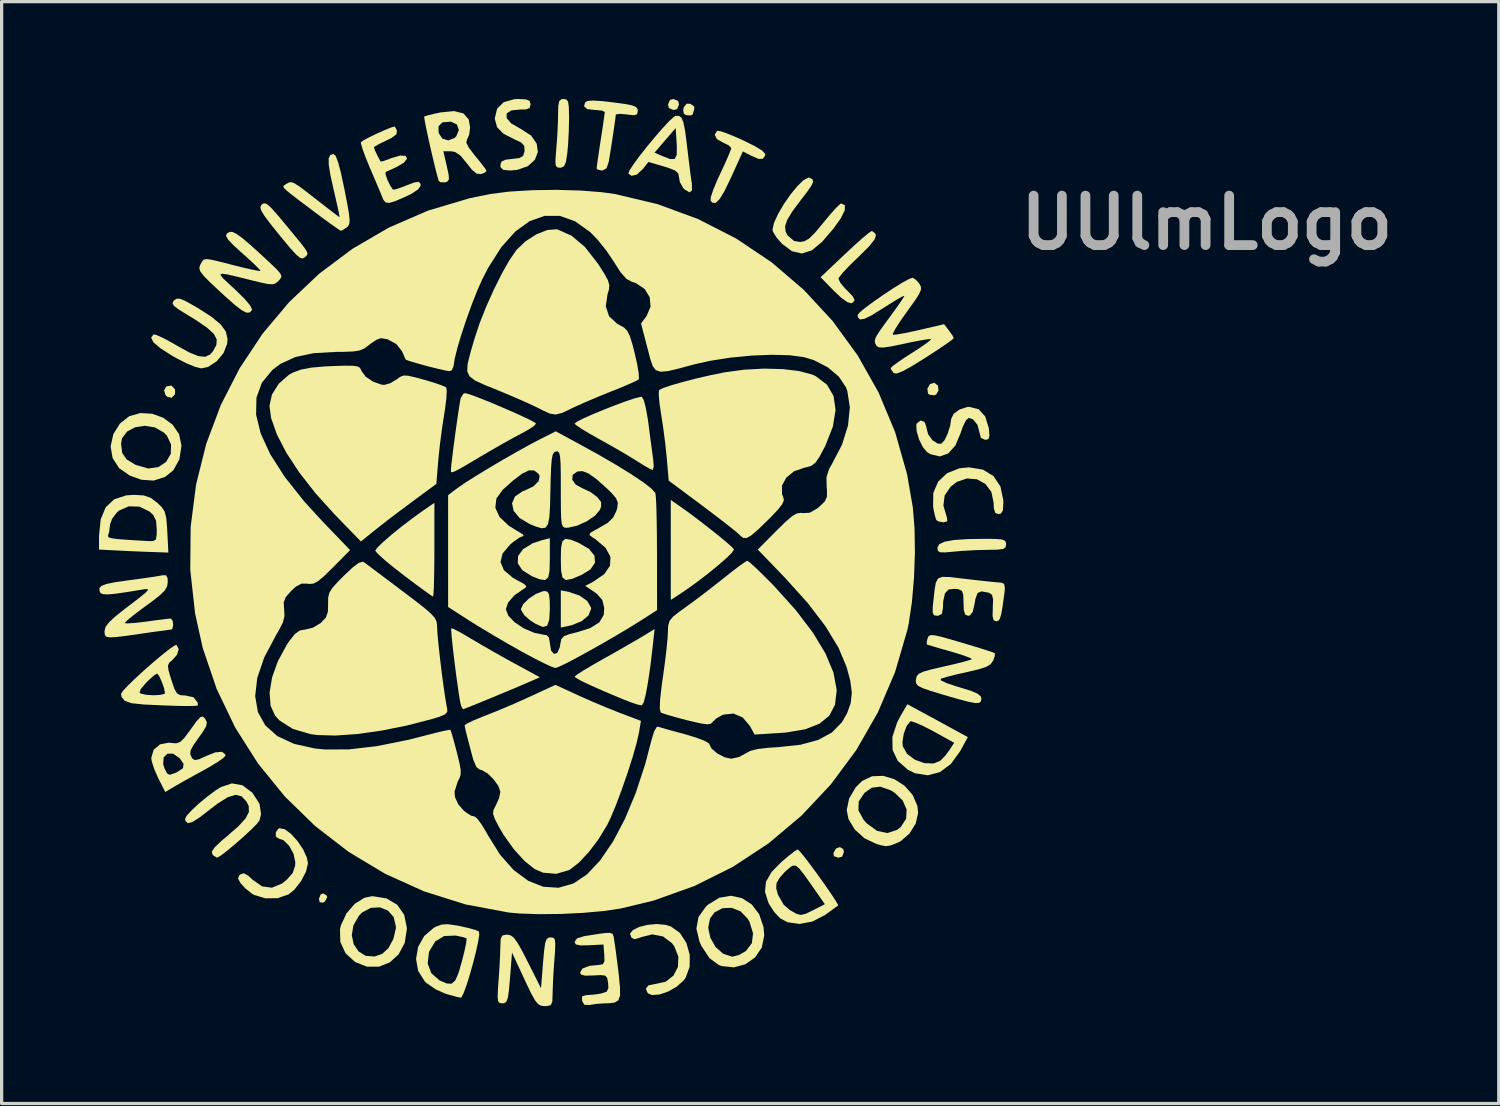
<source format=kicad_pcb>
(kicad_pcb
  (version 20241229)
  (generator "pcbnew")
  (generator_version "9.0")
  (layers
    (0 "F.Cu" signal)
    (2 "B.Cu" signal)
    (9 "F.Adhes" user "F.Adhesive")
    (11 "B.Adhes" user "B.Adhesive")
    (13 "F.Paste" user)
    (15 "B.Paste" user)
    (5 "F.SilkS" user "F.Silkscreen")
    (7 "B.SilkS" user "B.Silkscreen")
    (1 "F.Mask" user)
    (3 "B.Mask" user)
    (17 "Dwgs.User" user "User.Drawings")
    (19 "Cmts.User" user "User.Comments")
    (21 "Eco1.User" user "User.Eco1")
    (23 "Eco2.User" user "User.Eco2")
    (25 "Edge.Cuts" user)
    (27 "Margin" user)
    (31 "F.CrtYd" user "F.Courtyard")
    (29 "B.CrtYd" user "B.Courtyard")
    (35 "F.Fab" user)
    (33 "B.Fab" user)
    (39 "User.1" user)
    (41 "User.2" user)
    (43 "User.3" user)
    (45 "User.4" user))
  (footprint "UUlmLogo"
    (layer "F.Cu")
    (at 14.817 13.97)
    (property "Reference" "UUlmLogo" (at 19.304 -10.16 0) (layer "F.Fab") (effects (font (size 1.524 1.524) (thickness 0.3))))
    (attr board_only exclude_from_pos_files exclude_from_bom)
    (fp_poly (pts (xy -7.804 10.562) (xy -7.789 10.617) (xy -7.858 10.747) (xy -7.916 10.783) (xy -8.021 10.77) (xy -8.043 10.665) (xy -7.99 10.53) (xy -7.916 10.499)) (stroke (width 0) (type solid)) (fill yes) (layer "F.SilkS"))
    (fp_poly (pts (xy 3.02 -13.91) (xy 3.048 -13.801) (xy 2.988 -13.659) (xy 2.879 -13.631) (xy 2.737 -13.691) (xy 2.709 -13.801) (xy 2.769 -13.942) (xy 2.879 -13.97)) (stroke (width 0) (type solid)) (fill yes) (layer "F.SilkS"))
    (fp_poly (pts (xy 8.106 9.132) (xy 8.128 9.222) (xy 8.072 9.367) (xy 7.952 9.398) (xy 7.818 9.352) (xy 7.805 9.251) (xy 7.884 9.114) (xy 8.006 9.072)) (stroke (width 0) (type solid)) (fill yes) (layer "F.SilkS"))
    (fp_poly (pts (xy 11.022 -5.144) (xy 11.042 -4.996) (xy 10.971 -4.871) (xy 10.909 -4.844) (xy 10.761 -4.862) (xy 10.718 -4.898) (xy 10.698 -5.051) (xy 10.777 -5.188) (xy 10.911 -5.231)) (stroke (width 0) (type solid)) (fill yes) (layer "F.SilkS"))
    (fp_poly (pts (xy -12.575 -5.135) (xy -12.475 -5.025) (xy -12.477 -4.873) (xy -12.58 -4.767) (xy -12.581 -4.767) (xy -12.709 -4.796) (xy -12.767 -4.847) (xy -12.814 -4.998) (xy -12.744 -5.117) (xy -12.599 -5.143)) (stroke (width 0) (type solid)) (fill yes) (layer "F.SilkS"))
    (fp_poly (pts (xy -0.339 1.215) (xy -0.015 1.324) (xy 0.222 1.492) (xy 0.334 1.689) (xy 0.339 1.736) (xy 0.26 1.936) (xy 0.049 2.113) (xy -0.259 2.238) (xy -0.339 2.256) (xy -0.593 2.307) (xy -0.593 1.164)) (stroke (width 0) (type solid)) (fill yes) (layer "F.SilkS"))
    (fp_poly (pts (xy 3.399 -13.822) (xy 3.519 -13.737) (xy 3.518 -13.656) (xy 3.476 -13.526) (xy 3.471 -13.497) (xy 3.407 -13.464) (xy 3.28 -13.473) (xy 3.198 -13.509) (xy 3.177 -13.62) (xy 3.192 -13.711) (xy 3.283 -13.826)) (stroke (width 0) (type solid)) (fill yes) (layer "F.SilkS"))
    (fp_poly (pts (xy -0.931 0.202) (xy -0.94 0.558) (xy -0.98 0.766) (xy -1.075 0.847) (xy -1.246 0.823) (xy -1.482 0.729) (xy -1.778 0.544) (xy -1.919 0.329) (xy -1.909 0.106) (xy -1.755 -0.106) (xy -1.463 -0.285) (xy -1.164 -0.384) (xy -0.931 -0.442)) (stroke (width 0) (type solid)) (fill yes) (layer "F.SilkS"))
    (fp_poly (pts (xy -0.29 -0.397) (xy -0.061 -0.308) (xy 0.27 -0.118) (xy 0.444 0.095) (xy 0.46 0.314) (xy 0.316 0.522) (xy 0.055 0.683) (xy -0.248 0.811) (xy -0.439 0.846) (xy -0.542 0.769) (xy -0.584 0.561) (xy -0.593 0.212) (xy -0.585 -0.139) (xy -0.547 -0.342) (xy -0.456 -0.421)) (stroke (width 0) (type solid)) (fill yes) (layer "F.SilkS"))
    (fp_poly (pts (xy -1.003 1.206) (xy -0.955 1.293) (xy -0.935 1.483) (xy -0.931 1.736) (xy -0.949 2.073) (xy -1.015 2.255) (xy -1.148 2.292) (xy -1.367 2.197) (xy -1.533 2.092) (xy -1.718 1.93) (xy -1.815 1.77) (xy -1.82 1.736) (xy -1.75 1.586) (xy -1.577 1.417) (xy -1.357 1.272) (xy -1.144 1.191) (xy -1.088 1.185)) (stroke (width 0) (type solid)) (fill yes) (layer "F.SilkS"))
    (fp_poly (pts (xy 3.069 -1.43) (xy 3.347 -1.231) (xy 3.66 -0.996) (xy 3.979 -0.749) (xy 4.276 -0.512) (xy 4.521 -0.309) (xy 4.685 -0.162) (xy 4.741 -0.096) (xy 4.677 0.004) (xy 4.5 0.178) (xy 4.24 0.404) (xy 3.924 0.66) (xy 3.579 0.924) (xy 3.232 1.172) (xy 3.027 1.308) (xy 2.794 1.459) (xy 2.794 -1.62)) (stroke (width 0) (type solid)) (fill yes) (layer "F.SilkS"))
    (fp_poly (pts (xy 12.792 -0.42) (xy 12.991 -0.403) (xy 13.089 -0.364) (xy 13.121 -0.295) (xy 13.123 -0.254) (xy 13.106 -0.162) (xy 13.028 -0.11) (xy 12.852 -0.089) (xy 12.585 -0.085) (xy 12.184 -0.075) (xy 11.75 -0.05) (xy 11.527 -0.03) (xy 11.241 -0.005) (xy 11.085 -0.01) (xy 11.02 -0.055) (xy 11.007 -0.146) (xy 11.059 -0.255) (xy 11.226 -0.335) (xy 11.521 -0.387) (xy 11.958 -0.416) (xy 12.458 -0.423)) (stroke (width 0) (type solid)) (fill yes) (layer "F.SilkS"))
    (fp_poly (pts (xy -4.487 -0.089) (xy -4.49 0.384) (xy -4.496 0.792) (xy -4.506 1.108) (xy -4.518 1.303) (xy -4.528 1.355) (xy -4.608 1.306) (xy -4.794 1.174) (xy -5.062 0.977) (xy -5.385 0.735) (xy -5.439 0.694) (xy -5.765 0.44) (xy -6.035 0.215) (xy -6.224 0.044) (xy -6.306 -0.053) (xy -6.308 -0.059) (xy -6.244 -0.153) (xy -6.07 -0.322) (xy -5.814 -0.544) (xy -5.505 -0.796) (xy -5.168 -1.053) (xy -4.847 -1.284) (xy -4.487 -1.532)) (stroke (width 0) (type solid)) (fill yes) (layer "F.SilkS"))
    (fp_poly (pts (xy 2.237 2.892) (xy 2.166 3.492) (xy 2.093 3.99) (xy 2.024 4.369) (xy 1.96 4.613) (xy 1.905 4.705) (xy 1.788 4.686) (xy 1.566 4.614) (xy 1.312 4.515) (xy 0.739 4.273) (xy 0.3 4.078) (xy 0.001 3.934) (xy -0.149 3.843) (xy -0.167 3.82) (xy -0.096 3.76) (xy 0.094 3.638) (xy 0.374 3.471) (xy 0.701 3.284) (xy 1.087 3.067) (xy 1.458 2.855) (xy 1.766 2.677) (xy 1.931 2.578) (xy 2.296 2.355)) (stroke (width 0) (type solid)) (fill yes) (layer "F.SilkS"))
    (fp_poly (pts (xy -0.42 -13.955) (xy -0.369 -13.885) (xy -0.346 -13.724) (xy -0.339 -13.438) (xy -0.339 -13.356) (xy -0.348 -12.968) (xy -0.369 -12.573) (xy -0.394 -12.298) (xy -0.436 -12.033) (xy -0.494 -11.898) (xy -0.586 -11.855) (xy -0.617 -11.853) (xy -0.705 -11.866) (xy -0.75 -11.928) (xy -0.759 -12.078) (xy -0.739 -12.35) (xy -0.733 -12.425) (xy -0.703 -12.818) (xy -0.683 -13.232) (xy -0.678 -13.483) (xy -0.671 -13.76) (xy -0.641 -13.906) (xy -0.576 -13.963) (xy -0.508 -13.97)) (stroke (width 0) (type solid)) (fill yes) (layer "F.SilkS"))
    (fp_poly (pts (xy -9.651 -10.737) (xy -9.525 -10.629) (xy -9.336 -10.419) (xy -9.138 -10.184) (xy -8.831 -9.812) (xy -8.616 -9.55) (xy -8.481 -9.375) (xy -8.412 -9.265) (xy -8.396 -9.199) (xy -8.419 -9.153) (xy -8.468 -9.106) (xy -8.478 -9.096) (xy -8.542 -9.058) (xy -8.622 -9.078) (xy -8.74 -9.174) (xy -8.915 -9.364) (xy -9.167 -9.665) (xy -9.265 -9.785) (xy -9.542 -10.13) (xy -9.722 -10.371) (xy -9.819 -10.531) (xy -9.847 -10.635) (xy -9.819 -10.705) (xy -9.805 -10.72) (xy -9.737 -10.761)) (stroke (width 0) (type solid)) (fill yes) (layer "F.SilkS"))
    (fp_poly (pts (xy 9.081 -9.839) (xy 9.114 -9.778) (xy 9.075 -9.648) (xy 8.897 -9.425) (xy 8.581 -9.112) (xy 8.561 -9.093) (xy 8.302 -8.843) (xy 8.099 -8.628) (xy 7.979 -8.478) (xy 7.959 -8.432) (xy 8.015 -8.313) (xy 8.157 -8.141) (xy 8.213 -8.086) (xy 8.397 -7.894) (xy 8.457 -7.776) (xy 8.403 -7.702) (xy 8.351 -7.678) (xy 8.234 -7.713) (xy 8.042 -7.851) (xy 7.822 -8.058) (xy 7.408 -8.481) (xy 8.16 -9.194) (xy 8.455 -9.468) (xy 8.708 -9.693) (xy 8.895 -9.847) (xy 8.986 -9.906) (xy 8.988 -9.906)) (stroke (width 0) (type solid)) (fill yes) (layer "F.SilkS"))
    (fp_poly (pts (xy -3.886 2.356) (xy -3.699 2.454) (xy -3.443 2.602) (xy -3.387 2.636) (xy -3.063 2.828) (xy -2.657 3.061) (xy -2.233 3.299) (xy -2.038 3.406) (xy -1.239 3.841) (xy -1.615 4.005) (xy -1.848 4.105) (xy -2.156 4.235) (xy -2.503 4.38) (xy -2.854 4.525) (xy -3.174 4.656) (xy -3.427 4.758) (xy -3.577 4.817) (xy -3.603 4.826) (xy -3.646 4.761) (xy -3.668 4.708) (xy -3.697 4.58) (xy -3.737 4.331) (xy -3.785 3.998) (xy -3.836 3.62) (xy -3.884 3.232) (xy -3.926 2.872) (xy -3.956 2.577) (xy -3.97 2.385) (xy -3.967 2.33)) (stroke (width 0) (type solid)) (fill yes) (layer "F.SilkS"))
    (fp_poly (pts (xy 1.961 -4.697) (xy 2.025 -4.459) (xy 2.086 -4.116) (xy 2.107 -3.966) (xy 2.157 -3.576) (xy 2.206 -3.211) (xy 2.244 -2.932) (xy 2.254 -2.857) (xy 2.268 -2.656) (xy 2.243 -2.55) (xy 2.23 -2.545) (xy 2.124 -2.592) (xy 1.93 -2.705) (xy 1.778 -2.802) (xy 1.535 -2.953) (xy 1.198 -3.152) (xy 0.82 -3.367) (xy 0.614 -3.481) (xy 0.292 -3.663) (xy 0.034 -3.819) (xy -0.129 -3.93) (xy -0.169 -3.973) (xy -0.095 -4.031) (xy 0.102 -4.132) (xy 0.387 -4.259) (xy 0.723 -4.398) (xy 1.075 -4.536) (xy 1.405 -4.658) (xy 1.677 -4.749) (xy 1.856 -4.796) (xy 1.902 -4.797)) (stroke (width 0) (type solid)) (fill yes) (layer "F.SilkS"))
    (fp_poly (pts (xy -3.42 -4.879) (xy -3.186 -4.795) (xy -2.876 -4.673) (xy -2.525 -4.527) (xy -2.168 -4.373) (xy -1.838 -4.226) (xy -1.57 -4.099) (xy -1.399 -4.008) (xy -1.355 -3.972) (xy -1.424 -3.896) (xy -1.604 -3.778) (xy -1.788 -3.678) (xy -2.043 -3.542) (xy -2.391 -3.348) (xy -2.782 -3.124) (xy -3.066 -2.957) (xy -3.443 -2.733) (xy -3.699 -2.585) (xy -3.857 -2.502) (xy -3.941 -2.472) (xy -3.974 -2.485) (xy -3.979 -2.53) (xy -3.979 -2.536) (xy -3.968 -2.676) (xy -3.937 -2.94) (xy -3.894 -3.285) (xy -3.842 -3.67) (xy -3.789 -4.052) (xy -3.739 -4.389) (xy -3.699 -4.641) (xy -3.675 -4.763) (xy -3.596 -4.888) (xy -3.544 -4.911)) (stroke (width 0) (type solid)) (fill yes) (layer "F.SilkS"))
    (fp_poly (pts (xy 2.629 11.466) (xy 2.792 11.514) (xy 3.075 11.715) (xy 3.274 12.022) (xy 3.378 12.387) (xy 3.375 12.761) (xy 3.251 13.096) (xy 3.203 13.165) (xy 2.992 13.361) (xy 2.724 13.517) (xy 2.449 13.612) (xy 2.214 13.629) (xy 2.088 13.575) (xy 2.023 13.436) (xy 2.105 13.332) (xy 2.307 13.29) (xy 2.639 13.217) (xy 2.879 13.028) (xy 3.014 12.761) (xy 3.028 12.451) (xy 2.906 12.134) (xy 2.829 12.029) (xy 2.555 11.824) (xy 2.222 11.76) (xy 1.879 11.846) (xy 1.848 11.861) (xy 1.674 11.91) (xy 1.582 11.861) (xy 1.538 11.739) (xy 1.629 11.626) (xy 1.818 11.533) (xy 2.071 11.468) (xy 2.353 11.442)) (stroke (width 0) (type solid)) (fill yes) (layer "F.SilkS"))
    (fp_poly (pts (xy 12.406 -2.556) (xy 12.734 -2.356) (xy 12.948 -2.036) (xy 13.037 -1.609) (xy 13.039 -1.528) (xy 13.023 -1.301) (xy 12.963 -1.201) (xy 12.889 -1.185) (xy 12.79 -1.221) (xy 12.746 -1.356) (xy 12.738 -1.533) (xy 12.669 -1.869) (xy 12.484 -2.115) (xy 12.222 -2.257) (xy 11.916 -2.283) (xy 11.605 -2.177) (xy 11.415 -2.03) (xy 11.229 -1.757) (xy 11.192 -1.446) (xy 11.299 -1.079) (xy 11.313 -0.963) (xy 11.191 -0.931) (xy 11.19 -0.931) (xy 11.028 -0.962) (xy 10.972 -1.003) (xy 10.932 -1.126) (xy 10.886 -1.345) (xy 10.874 -1.415) (xy 10.88 -1.835) (xy 11.03 -2.185) (xy 11.305 -2.446) (xy 11.685 -2.596) (xy 11.975 -2.625)) (stroke (width 0) (type solid)) (fill yes) (layer "F.SilkS"))
    (fp_poly (pts (xy 4.328 -12.977) (xy 4.547 -12.902) (xy 4.842 -12.779) (xy 5.024 -12.697) (xy 5.388 -12.516) (xy 5.608 -12.382) (xy 5.701 -12.281) (xy 5.702 -12.232) (xy 5.629 -12.129) (xy 5.5 -12.125) (xy 5.276 -12.22) (xy 5.255 -12.232) (xy 5.015 -12.356) (xy 4.651 -11.554) (xy 4.454 -11.145) (xy 4.298 -10.886) (xy 4.174 -10.768) (xy 4.073 -10.778) (xy 4.019 -10.842) (xy 4.029 -10.953) (xy 4.103 -11.176) (xy 4.226 -11.474) (xy 4.31 -11.655) (xy 4.461 -11.977) (xy 4.578 -12.244) (xy 4.646 -12.417) (xy 4.657 -12.459) (xy 4.585 -12.539) (xy 4.413 -12.624) (xy 4.403 -12.628) (xy 4.214 -12.737) (xy 4.147 -12.87) (xy 4.219 -12.988) (xy 4.224 -12.99)) (stroke (width 0) (type solid)) (fill yes) (layer "F.SilkS"))
    (fp_poly (pts (xy -9.102 8.519) (xy -8.906 8.663) (xy -8.705 8.883) (xy -8.53 9.142) (xy -8.413 9.4) (xy -8.382 9.573) (xy -8.442 9.83) (xy -8.596 10.124) (xy -8.802 10.386) (xy -8.975 10.527) (xy -9.315 10.645) (xy -9.696 10.65) (xy -10.042 10.545) (xy -10.101 10.51) (xy -10.308 10.346) (xy -10.459 10.181) (xy -10.536 10.037) (xy -10.495 9.94) (xy -10.464 9.912) (xy -10.36 9.877) (xy -10.224 9.95) (xy -10.091 10.073) (xy -9.795 10.282) (xy -9.492 10.323) (xy -9.182 10.194) (xy -9.044 10.086) (xy -8.852 9.872) (xy -8.777 9.649) (xy -8.771 9.538) (xy -8.825 9.279) (xy -8.959 9.035) (xy -9.136 8.86) (xy -9.292 8.805) (xy -9.372 8.746) (xy -9.372 8.622) (xy -9.299 8.511) (xy -9.26 8.491)) (stroke (width 0) (type solid)) (fill yes) (layer "F.SilkS"))
    (fp_poly (pts (xy 10.481 4.888) (xy 10.773 5.046) (xy 11.128 5.239) (xy 11.411 5.394) (xy 11.943 5.684) (xy 11.708 6.116) (xy 11.421 6.512) (xy 11.082 6.763) (xy 10.71 6.86) (xy 10.32 6.799) (xy 10.101 6.692) (xy 9.786 6.418) (xy 9.626 6.078) (xy 9.622 5.833) (xy 9.93 5.833) (xy 9.941 5.97) (xy 10.075 6.202) (xy 10.314 6.381) (xy 10.605 6.486) (xy 10.892 6.496) (xy 11.098 6.411) (xy 11.241 6.265) (xy 11.377 6.083) (xy 11.523 5.859) (xy 10.885 5.506) (xy 10.588 5.352) (xy 10.346 5.243) (xy 10.197 5.197) (xy 10.172 5.2) (xy 10.058 5.344) (xy 9.97 5.581) (xy 9.93 5.833) (xy 9.622 5.833) (xy 9.62 5.678) (xy 9.769 5.225) (xy 9.874 5.027) (xy 10.082 4.672)) (stroke (width 0) (type solid)) (fill yes) (layer "F.SilkS"))
    (fp_poly (pts (xy -13.184 -4.277) (xy -12.841 -4.154) (xy -12.552 -3.94) (xy -12.351 -3.648) (xy -12.277 -3.292) (xy -12.277 -3.291) (xy -12.342 -2.872) (xy -12.528 -2.535) (xy -12.782 -2.33) (xy -13.136 -2.217) (xy -13.516 -2.244) (xy -13.863 -2.368) (xy -14.198 -2.6) (xy -14.399 -2.911) (xy -14.46 -3.272) (xy -14.442 -3.351) (xy -14.139 -3.351) (xy -14.102 -3.069) (xy -13.968 -2.871) (xy -13.703 -2.709) (xy -13.682 -2.699) (xy -13.304 -2.589) (xy -12.983 -2.635) (xy -12.749 -2.795) (xy -12.606 -3.042) (xy -12.599 -3.328) (xy -12.725 -3.6) (xy -12.818 -3.696) (xy -13.096 -3.854) (xy -13.405 -3.905) (xy -13.704 -3.86) (xy -13.951 -3.729) (xy -14.107 -3.523) (xy -14.139 -3.351) (xy -14.442 -3.351) (xy -14.375 -3.65) (xy -14.173 -3.974) (xy -13.886 -4.2) (xy -13.544 -4.297)) (stroke (width 0) (type solid)) (fill yes) (layer "F.SilkS"))
    (fp_poly (pts (xy -5.965 10.652) (xy -5.634 10.847) (xy -5.418 11.155) (xy -5.335 11.559) (xy -5.334 11.597) (xy -5.402 12.026) (xy -5.587 12.374) (xy -5.861 12.623) (xy -6.197 12.756) (xy -6.566 12.755) (xy -6.927 12.613) (xy -7.224 12.342) (xy -7.385 11.992) (xy -7.39 11.786) (xy -7.031 11.786) (xy -6.972 12.064) (xy -6.823 12.285) (xy -6.603 12.421) (xy -6.33 12.442) (xy -6.091 12.359) (xy -5.898 12.177) (xy -5.748 11.894) (xy -5.675 11.579) (xy -5.673 11.519) (xy -5.741 11.227) (xy -5.919 11.026) (xy -6.167 10.928) (xy -6.444 10.943) (xy -6.711 11.085) (xy -6.808 11.182) (xy -6.982 11.483) (xy -7.031 11.786) (xy -7.39 11.786) (xy -7.394 11.599) (xy -7.366 11.481) (xy -7.194 11.113) (xy -6.94 10.819) (xy -6.64 10.632) (xy -6.397 10.583)) (stroke (width 0) (type solid)) (fill yes) (layer "F.SilkS"))
    (fp_poly (pts (xy -1.667 -13.959) (xy -1.554 -13.912) (xy -1.524 -13.812) (xy -1.524 -13.803) (xy -1.555 -13.69) (xy -1.679 -13.648) (xy -1.823 -13.648) (xy -2.114 -13.62) (xy -2.261 -13.526) (xy -2.263 -13.386) (xy -2.122 -13.221) (xy -1.836 -13.054) (xy -1.825 -13.049) (xy -1.508 -12.845) (xy -1.336 -12.597) (xy -1.3 -12.337) (xy -1.394 -12.096) (xy -1.608 -11.902) (xy -1.935 -11.787) (xy -2.163 -11.769) (xy -2.366 -11.789) (xy -2.447 -11.865) (xy -2.455 -11.933) (xy -2.422 -12.042) (xy -2.295 -12.1) (xy -2.095 -12.124) (xy -1.865 -12.153) (xy -1.754 -12.219) (xy -1.712 -12.353) (xy -1.71 -12.371) (xy -1.718 -12.525) (xy -1.813 -12.63) (xy -2.016 -12.726) (xy -2.36 -12.901) (xy -2.556 -13.102) (xy -2.624 -13.351) (xy -2.625 -13.383) (xy -2.554 -13.676) (xy -2.349 -13.874) (xy -2.023 -13.965) (xy -1.905 -13.97)) (stroke (width 0) (type solid)) (fill yes) (layer "F.SilkS"))
    (fp_poly (pts (xy 0.682 -13.905) (xy 0.998 -13.869) (xy 1.368 -13.82) (xy 1.599 -13.775) (xy 1.723 -13.725) (xy 1.772 -13.658) (xy 1.778 -13.607) (xy 1.758 -13.503) (xy 1.667 -13.47) (xy 1.459 -13.491) (xy 1.439 -13.495) (xy 1.229 -13.514) (xy 1.11 -13.498) (xy 1.1 -13.484) (xy 1.087 -13.371) (xy 1.055 -13.137) (xy 1.009 -12.828) (xy 0.957 -12.488) (xy 0.905 -12.165) (xy 0.885 -12.044) (xy 0.818 -11.84) (xy 0.696 -11.77) (xy 0.673 -11.769) (xy 0.539 -11.796) (xy 0.51 -11.832) (xy 0.522 -11.938) (xy 0.556 -12.172) (xy 0.603 -12.493) (xy 0.635 -12.7) (xy 0.689 -13.053) (xy 0.731 -13.341) (xy 0.756 -13.525) (xy 0.76 -13.568) (xy 0.687 -13.61) (xy 0.505 -13.631) (xy 0.471 -13.631) (xy 0.218 -13.66) (xy 0.122 -13.748) (xy 0.157 -13.866) (xy 0.231 -13.91) (xy 0.397 -13.923)) (stroke (width 0) (type solid)) (fill yes) (layer "F.SilkS"))
    (fp_poly (pts (xy 4.989 10.645) (xy 5.288 10.839) (xy 5.517 11.14) (xy 5.65 11.532) (xy 5.673 11.794) (xy 5.597 12.166) (xy 5.393 12.468) (xy 5.096 12.679) (xy 4.741 12.776) (xy 4.362 12.736) (xy 4.276 12.705) (xy 3.987 12.495) (xy 3.742 12.123) (xy 3.679 11.985) (xy 3.583 11.583) (xy 3.587 11.558) (xy 3.947 11.558) (xy 4.013 11.867) (xy 4.174 12.148) (xy 4.404 12.356) (xy 4.675 12.445) (xy 4.699 12.446) (xy 4.897 12.395) (xy 5.11 12.271) (xy 5.111 12.271) (xy 5.292 12.031) (xy 5.328 11.725) (xy 5.22 11.378) (xy 5.167 11.284) (xy 4.947 11.053) (xy 4.673 10.943) (xy 4.389 10.953) (xy 4.141 11.084) (xy 4.003 11.269) (xy 3.947 11.558) (xy 3.587 11.558) (xy 3.649 11.224) (xy 3.881 10.9) (xy 3.943 10.844) (xy 4.289 10.632) (xy 4.647 10.571)) (stroke (width 0) (type solid)) (fill yes) (layer "F.SilkS"))
    (fp_poly (pts (xy 9.686 6.983) (xy 9.998 7.185) (xy 10.244 7.465) (xy 10.389 7.802) (xy 10.414 8.018) (xy 10.339 8.344) (xy 10.145 8.656) (xy 9.875 8.89) (xy 9.78 8.937) (xy 9.565 9.021) (xy 9.417 9.044) (xy 9.248 9.011) (xy 9.129 8.976) (xy 8.759 8.799) (xy 8.461 8.53) (xy 8.268 8.21) (xy 8.215 7.941) (xy 8.574 7.941) (xy 8.732 8.23) (xy 8.839 8.348) (xy 9.15 8.573) (xy 9.463 8.639) (xy 9.759 8.545) (xy 9.879 8.452) (xy 10.043 8.2) (xy 10.059 7.917) (xy 9.938 7.638) (xy 9.689 7.396) (xy 9.566 7.323) (xy 9.247 7.21) (xy 8.982 7.244) (xy 8.759 7.404) (xy 8.583 7.667) (xy 8.574 7.941) (xy 8.215 7.941) (xy 8.213 7.933) (xy 8.288 7.574) (xy 8.491 7.23) (xy 8.688 7.035) (xy 8.997 6.889) (xy 9.341 6.878)) (stroke (width 0) (type solid)) (fill yes) (layer "F.SilkS"))
    (fp_poly (pts (xy -12.322 -7.817) (xy -12.157 -7.749) (xy -11.896 -7.604) (xy -11.775 -7.533) (xy -11.353 -7.263) (xy -11.072 -7.03) (xy -10.913 -6.812) (xy -10.859 -6.586) (xy -10.869 -6.435) (xy -10.982 -6.145) (xy -11.194 -5.891) (xy -11.457 -5.719) (xy -11.666 -5.673) (xy -11.843 -5.715) (xy -12.115 -5.826) (xy -12.433 -5.987) (xy -12.554 -6.056) (xy -12.925 -6.293) (xy -13.143 -6.479) (xy -13.21 -6.621) (xy -13.14 -6.721) (xy -13.041 -6.699) (xy -12.836 -6.606) (xy -12.562 -6.459) (xy -12.441 -6.388) (xy -12.046 -6.168) (xy -11.756 -6.051) (xy -11.547 -6.03) (xy -11.392 -6.103) (xy -11.308 -6.2) (xy -11.204 -6.39) (xy -11.19 -6.562) (xy -11.28 -6.735) (xy -11.489 -6.927) (xy -11.83 -7.16) (xy -12.094 -7.321) (xy -12.366 -7.49) (xy -12.512 -7.602) (xy -12.555 -7.682) (xy -12.516 -7.755) (xy -12.505 -7.767) (xy -12.427 -7.82)) (stroke (width 0) (type solid)) (fill yes) (layer "F.SilkS"))
    (fp_poly (pts (xy -10.401 7.167) (xy -10.105 7.388) (xy -10.084 7.411) (xy -9.874 7.737) (xy -9.826 8.057) (xy -9.875 8.253) (xy -9.956 8.358) (xy -10.13 8.533) (xy -10.362 8.749) (xy -10.617 8.973) (xy -10.861 9.176) (xy -11.058 9.328) (xy -11.173 9.397) (xy -11.181 9.398) (xy -11.28 9.341) (xy -11.329 9.291) (xy -11.341 9.206) (xy -11.252 9.077) (xy -11.049 8.883) (xy -10.867 8.73) (xy -10.518 8.425) (xy -10.3 8.186) (xy -10.2 7.989) (xy -10.205 7.811) (xy -10.277 7.666) (xy -10.427 7.507) (xy -10.611 7.461) (xy -10.848 7.534) (xy -11.161 7.729) (xy -11.403 7.915) (xy -11.725 8.163) (xy -11.944 8.301) (xy -12.079 8.335) (xy -12.15 8.274) (xy -12.168 8.206) (xy -12.114 8.102) (xy -11.957 7.931) (xy -11.732 7.723) (xy -11.473 7.509) (xy -11.215 7.32) (xy -11.059 7.221) (xy -10.723 7.11)) (stroke (width 0) (type solid)) (fill yes) (layer "F.SilkS"))
    (fp_poly (pts (xy 7.069 -11.546) (xy 7.158 -11.497) (xy 7.18 -11.423) (xy 7.123 -11.296) (xy 6.977 -11.088) (xy 6.808 -10.869) (xy 6.541 -10.512) (xy 6.381 -10.249) (xy 6.314 -10.05) (xy 6.332 -9.885) (xy 6.392 -9.768) (xy 6.59 -9.599) (xy 6.772 -9.567) (xy 6.913 -9.59) (xy 7.055 -9.673) (xy 7.228 -9.843) (xy 7.465 -10.124) (xy 7.493 -10.16) (xy 7.711 -10.423) (xy 7.894 -10.626) (xy 8.015 -10.739) (xy 8.042 -10.753) (xy 8.158 -10.698) (xy 8.153 -10.543) (xy 8.033 -10.299) (xy 7.805 -9.979) (xy 7.474 -9.593) (xy 7.457 -9.574) (xy 7.14 -9.309) (xy 6.831 -9.212) (xy 6.522 -9.284) (xy 6.215 -9.517) (xy 6.044 -9.715) (xy 5.941 -9.886) (xy 5.927 -9.943) (xy 5.973 -10.153) (xy 6.097 -10.427) (xy 6.273 -10.728) (xy 6.479 -11.025) (xy 6.69 -11.283) (xy 6.882 -11.469) (xy 7.031 -11.549)) (stroke (width 0) (type solid)) (fill yes) (layer "F.SilkS"))
    (fp_poly (pts (xy 12.278 -4.413) (xy 12.478 -4.195) (xy 12.588 -3.841) (xy 12.591 -3.817) (xy 12.61 -3.595) (xy 12.578 -3.495) (xy 12.481 -3.471) (xy 12.478 -3.471) (xy 12.346 -3.533) (xy 12.307 -3.685) (xy 12.242 -3.932) (xy 12.104 -4.103) (xy 11.972 -4.149) (xy 11.885 -4.072) (xy 11.786 -3.871) (xy 11.723 -3.684) (xy 11.559 -3.296) (xy 11.341 -3.053) (xy 11.083 -2.961) (xy 10.797 -3.028) (xy 10.689 -3.093) (xy 10.56 -3.246) (xy 10.445 -3.479) (xy 10.369 -3.727) (xy 10.355 -3.927) (xy 10.373 -3.981) (xy 10.492 -4.069) (xy 10.61 -4.022) (xy 10.668 -3.867) (xy 10.668 -3.852) (xy 10.722 -3.643) (xy 10.854 -3.46) (xy 11.018 -3.355) (xy 11.13 -3.355) (xy 11.227 -3.461) (xy 11.326 -3.669) (xy 11.402 -3.914) (xy 11.43 -4.114) (xy 11.505 -4.272) (xy 11.689 -4.407) (xy 11.924 -4.482) (xy 11.995 -4.487)) (stroke (width 0) (type solid)) (fill yes) (layer "F.SilkS"))
    (fp_poly (pts (xy -7.526 -12.214) (xy -7.451 -12.019) (xy -7.362 -11.679) (xy -7.26 -11.2) (xy -7.173 -10.757) (xy -7.12 -10.45) (xy -7.098 -10.25) (xy -7.107 -10.128) (xy -7.143 -10.056) (xy -7.184 -10.017) (xy -7.316 -9.931) (xy -7.366 -9.911) (xy -7.446 -9.959) (xy -7.633 -10.09) (xy -7.901 -10.284) (xy -8.221 -10.522) (xy -8.247 -10.542) (xy -8.624 -10.826) (xy -8.884 -11.024) (xy -9.044 -11.155) (xy -9.124 -11.235) (xy -9.14 -11.283) (xy -9.11 -11.316) (xy -9.057 -11.349) (xy -8.975 -11.396) (xy -8.9 -11.411) (xy -8.802 -11.377) (xy -8.652 -11.282) (xy -8.423 -11.11) (xy -8.128 -10.88) (xy -7.838 -10.654) (xy -7.602 -10.473) (xy -7.45 -10.359) (xy -7.407 -10.329) (xy -7.418 -10.406) (xy -7.461 -10.613) (xy -7.53 -10.917) (xy -7.593 -11.191) (xy -7.693 -11.642) (xy -7.742 -11.953) (xy -7.742 -12.148) (xy -7.692 -12.248) (xy -7.592 -12.277)) (stroke (width 0) (type solid)) (fill yes) (layer "F.SilkS"))
    (fp_poly (pts (xy 3.124 -13.393) (xy 3.185 -13.243) (xy 3.237 -12.979) (xy 3.289 -12.575) (xy 3.299 -12.488) (xy 3.346 -12.094) (xy 3.391 -11.734) (xy 3.428 -11.461) (xy 3.443 -11.367) (xy 3.448 -11.157) (xy 3.373 -11.095) (xy 3.222 -11.185) (xy 3.181 -11.224) (xy 3.073 -11.415) (xy 3.048 -11.557) (xy 3.024 -11.679) (xy 2.926 -11.768) (xy 2.716 -11.851) (xy 2.577 -11.894) (xy 2.105 -12.031) (xy 1.935 -11.815) (xy 1.751 -11.644) (xy 1.585 -11.604) (xy 1.487 -11.675) (xy 1.519 -11.766) (xy 1.641 -11.953) (xy 1.827 -12.207) (xy 1.916 -12.319) (xy 2.295 -12.319) (xy 2.523 -12.217) (xy 2.774 -12.121) (xy 2.917 -12.125) (xy 2.977 -12.251) (xy 2.98 -12.518) (xy 2.976 -12.592) (xy 2.945 -13.076) (xy 2.62 -12.698) (xy 2.295 -12.319) (xy 1.916 -12.319) (xy 2.055 -12.496) (xy 2.299 -12.791) (xy 2.535 -13.064) (xy 2.739 -13.283) (xy 2.887 -13.419) (xy 2.938 -13.449) (xy 3.045 -13.453)) (stroke (width 0) (type solid)) (fill yes) (layer "F.SilkS"))
    (fp_poly (pts (xy -13.441 -1.76) (xy -13.228 -1.688) (xy -13.024 -1.535) (xy -13.021 -1.533) (xy -12.879 -1.394) (xy -12.794 -1.258) (xy -12.747 -1.073) (xy -12.722 -0.789) (xy -12.714 -0.644) (xy -12.681 0) (xy -13.178 -0.017) (xy -13.545 -0.031) (xy -13.969 -0.049) (xy -14.245 -0.063) (xy -14.817 -0.092) (xy -14.817 -0.51) (xy -14.542 -0.51) (xy -14.522 -0.472) (xy -14.445 -0.443) (xy -14.285 -0.42) (xy -14.02 -0.398) (xy -13.624 -0.373) (xy -13.314 -0.355) (xy -13.144 -0.354) (xy -13.064 -0.407) (xy -13.04 -0.558) (xy -13.039 -0.714) (xy -13.061 -0.982) (xy -13.148 -1.158) (xy -13.262 -1.264) (xy -13.572 -1.415) (xy -13.902 -1.424) (xy -14.2 -1.293) (xy -14.27 -1.232) (xy -14.413 -1.043) (xy -14.478 -0.867) (xy -14.478 -0.857) (xy -14.503 -0.647) (xy -14.528 -0.562) (xy -14.542 -0.51) (xy -14.817 -0.51) (xy -14.817 -0.515) (xy -14.766 -1.021) (xy -14.612 -1.395) (xy -14.351 -1.64) (xy -13.979 -1.762) (xy -13.741 -1.778)) (stroke (width 0) (type solid)) (fill yes) (layer "F.SilkS"))
    (fp_poly (pts (xy 6.773 9.208) (xy 6.912 9.377) (xy 7.098 9.621) (xy 7.308 9.907) (xy 7.521 10.204) (xy 7.712 10.48) (xy 7.86 10.703) (xy 7.941 10.842) (xy 7.948 10.871) (xy 7.867 10.931) (xy 7.692 11.058) (xy 7.544 11.164) (xy 7.157 11.364) (xy 6.758 11.439) (xy 6.389 11.386) (xy 6.16 11.263) (xy 5.981 11.072) (xy 5.819 10.823) (xy 5.803 10.789) (xy 5.696 10.451) (xy 5.707 10.339) (xy 6.041 10.339) (xy 6.095 10.538) (xy 6.272 10.847) (xy 6.465 11.013) (xy 6.659 11.125) (xy 6.798 11.162) (xy 6.951 11.126) (xy 7.184 11.013) (xy 7.202 11.004) (xy 7.54 10.831) (xy 7.099 10.199) (xy 6.888 9.902) (xy 6.745 9.725) (xy 6.645 9.645) (xy 6.562 9.641) (xy 6.485 9.682) (xy 6.307 9.835) (xy 6.153 10.011) (xy 6.052 10.178) (xy 6.041 10.339) (xy 5.707 10.339) (xy 5.725 10.143) (xy 5.9 9.837) (xy 6.203 9.529) (xy 6.432 9.336) (xy 6.611 9.198) (xy 6.704 9.144) (xy 6.705 9.144)) (stroke (width 0) (type solid)) (fill yes) (layer "F.SilkS"))
    (fp_poly (pts (xy -7.008 -5.755) (xy -6.859 -5.735) (xy -6.78 -5.691) (xy -6.741 -5.617) (xy -6.734 -5.596) (xy -6.606 -5.42) (xy -6.38 -5.266) (xy -6.123 -5.174) (xy -6.027 -5.165) (xy -5.847 -5.215) (xy -5.653 -5.332) (xy -5.539 -5.414) (xy -5.435 -5.453) (xy -5.295 -5.447) (xy -5.072 -5.396) (xy -4.816 -5.326) (xy -4.507 -5.235) (xy -4.264 -5.152) (xy -4.131 -5.093) (xy -4.123 -5.087) (xy -4.106 -4.979) (xy -4.119 -4.746) (xy -4.158 -4.43) (xy -4.184 -4.267) (xy -4.254 -3.811) (xy -4.319 -3.308) (xy -4.366 -2.858) (xy -4.37 -2.814) (xy -4.427 -2.115) (xy -5.156 -1.578) (xy -5.516 -1.309) (xy -5.881 -1.033) (xy -6.192 -0.791) (xy -6.318 -0.691) (xy -6.751 -0.342) (xy -7.563 -1.178) (xy -8.145 -1.822) (xy -8.644 -2.46) (xy -9.046 -3.073) (xy -9.341 -3.643) (xy -9.518 -4.151) (xy -9.567 -4.52) (xy -9.49 -4.868) (xy -9.28 -5.202) (xy -8.972 -5.472) (xy -8.847 -5.543) (xy -8.6 -5.635) (xy -8.28 -5.697) (xy -7.844 -5.734) (xy -7.65 -5.743) (xy -7.261 -5.756)) (stroke (width 0) (type solid)) (fill yes) (layer "F.SilkS"))
    (fp_poly (pts (xy -3.798 11.486) (xy -3.686 11.508) (xy -3.407 11.572) (xy -3.197 11.634) (xy -3.113 11.672) (xy -3.106 11.775) (xy -3.141 11.998) (xy -3.208 12.301) (xy -3.296 12.648) (xy -3.395 12.999) (xy -3.494 13.316) (xy -3.584 13.561) (xy -3.652 13.696) (xy -3.673 13.71) (xy -3.806 13.683) (xy -4.033 13.621) (xy -4.151 13.586) (xy -4.45 13.452) (xy -4.724 13.264) (xy -4.786 13.205) (xy -4.988 12.884) (xy -5.027 12.659) (xy -4.693 12.659) (xy -4.581 12.957) (xy -4.333 13.175) (xy -4.318 13.183) (xy -4.106 13.274) (xy -3.956 13.28) (xy -3.844 13.18) (xy -3.745 12.954) (xy -3.644 12.607) (xy -3.564 12.29) (xy -3.511 12.041) (xy -3.493 11.9) (xy -3.497 11.884) (xy -3.598 11.847) (xy -3.798 11.804) (xy -3.84 11.797) (xy -4.188 11.812) (xy -4.46 11.976) (xy -4.644 12.282) (xy -4.655 12.314) (xy -4.693 12.659) (xy -5.027 12.659) (xy -5.052 12.517) (xy -4.988 12.147) (xy -4.803 11.813) (xy -4.506 11.558) (xy -4.441 11.523) (xy -4.268 11.459) (xy -4.074 11.447)) (stroke (width 0) (type solid)) (fill yes) (layer "F.SilkS"))
    (fp_poly (pts (xy -2.141 11.788) (xy -2.042 11.862) (xy -1.928 12.017) (xy -1.78 12.278) (xy -1.618 12.594) (xy -1.203 13.42) (xy -1.141 12.636) (xy -1.108 12.268) (xy -1.076 12.036) (xy -1.033 11.911) (xy -0.972 11.861) (xy -0.908 11.853) (xy -0.825 11.864) (xy -0.778 11.918) (xy -0.763 12.049) (xy -0.772 12.291) (xy -0.791 12.552) (xy -0.818 12.934) (xy -0.837 13.301) (xy -0.846 13.581) (xy -0.846 13.61) (xy -0.855 13.836) (xy -0.904 13.94) (xy -1.022 13.969) (xy -1.088 13.97) (xy -1.201 13.958) (xy -1.296 13.906) (xy -1.392 13.784) (xy -1.512 13.568) (xy -1.675 13.228) (xy -1.713 13.146) (xy -2.096 12.321) (xy -2.157 13.103) (xy -2.19 13.472) (xy -2.222 13.702) (xy -2.265 13.827) (xy -2.326 13.877) (xy -2.392 13.885) (xy -2.476 13.875) (xy -2.523 13.822) (xy -2.539 13.693) (xy -2.53 13.454) (xy -2.511 13.187) (xy -2.484 12.805) (xy -2.465 12.438) (xy -2.456 12.158) (xy -2.456 12.129) (xy -2.445 11.902) (xy -2.397 11.797) (xy -2.283 11.769) (xy -2.244 11.769)) (stroke (width 0) (type solid)) (fill yes) (layer "F.SilkS"))
    (fp_poly (pts (xy 1.001 11.745) (xy 1.032 11.818) (xy 1.051 11.936) (xy 1.054 11.956) (xy 1.086 12.168) (xy 1.128 12.49) (xy 1.175 12.863) (xy 1.19 12.989) (xy 1.23 13.384) (xy 1.232 13.642) (xy 1.18 13.791) (xy 1.06 13.862) (xy 0.858 13.884) (xy 0.762 13.885) (xy 0.503 13.901) (xy 0.29 13.935) (xy 0.287 13.936) (xy 0.132 13.93) (xy 0.062 13.807) (xy 0.06 13.672) (xy 0.18 13.632) (xy 0.209 13.631) (xy 0.44 13.614) (xy 0.649 13.582) (xy 0.819 13.527) (xy 0.873 13.416) (xy 0.864 13.264) (xy 0.838 13.106) (xy 0.774 13.03) (xy 0.628 13.014) (xy 0.417 13.026) (xy 0.158 13.032) (xy 0.031 12.999) (xy 0 12.93) (xy 0.078 12.811) (xy 0.288 12.73) (xy 0.577 12.701) (xy 0.704 12.68) (xy 0.751 12.588) (xy 0.746 12.386) (xy 0.72 12.072) (xy 0.275 12.096) (xy 0.007 12.1) (xy -0.129 12.07) (xy -0.169 11.996) (xy -0.169 11.99) (xy -0.089 11.881) (xy 0.127 11.815) (xy 0.52 11.753) (xy 0.776 11.718) (xy 0.926 11.714)) (stroke (width 0) (type solid)) (fill yes) (layer "F.SilkS"))
    (fp_poly (pts (xy 11.389 0.754) (xy 11.743 0.796) (xy 11.914 0.816) (xy 12.302 0.861) (xy 12.637 0.897) (xy 12.877 0.92) (xy 12.97 0.927) (xy 13.061 0.962) (xy 13.086 1.089) (xy 13.071 1.249) (xy 13.017 1.64) (xy 12.974 1.893) (xy 12.931 2.037) (xy 12.881 2.102) (xy 12.815 2.117) (xy 12.737 2.082) (xy 12.706 1.955) (xy 12.713 1.698) (xy 12.713 1.698) (xy 12.721 1.441) (xy 12.69 1.305) (xy 12.606 1.243) (xy 12.573 1.233) (xy 12.362 1.195) (xy 12.243 1.248) (xy 12.179 1.424) (xy 12.154 1.566) (xy 12.096 1.821) (xy 12.011 1.935) (xy 11.954 1.947) (xy 11.865 1.913) (xy 11.821 1.783) (xy 11.811 1.545) (xy 11.804 1.302) (xy 11.763 1.18) (xy 11.66 1.132) (xy 11.547 1.117) (xy 11.354 1.136) (xy 11.239 1.254) (xy 11.186 1.497) (xy 11.177 1.714) (xy 11.144 1.89) (xy 11.027 1.947) (xy 11.004 1.947) (xy 10.905 1.932) (xy 10.862 1.858) (xy 10.863 1.685) (xy 10.882 1.503) (xy 10.919 1.156) (xy 10.957 0.928) (xy 11.027 0.799) (xy 11.16 0.748)) (stroke (width 0) (type solid)) (fill yes) (layer "F.SilkS"))
    (fp_poly (pts (xy -12.362 2.971) (xy -12.414 3.146) (xy -12.549 3.3) (xy -12.652 3.391) (xy -12.694 3.482) (xy -12.678 3.623) (xy -12.607 3.865) (xy -12.587 3.927) (xy -12.497 4.194) (xy -12.417 4.336) (xy -12.314 4.392) (xy -12.154 4.403) (xy -11.905 4.458) (xy -11.78 4.616) (xy -11.769 4.706) (xy -11.849 4.722) (xy -12.074 4.727) (xy -12.419 4.722) (xy -12.858 4.707) (xy -13.369 4.683) (xy -13.46 4.678) (xy -13.814 4.641) (xy -14.026 4.567) (xy -14.124 4.446) (xy -14.138 4.351) (xy -14.114 4.314) (xy -13.567 4.314) (xy -13.533 4.344) (xy -13.362 4.381) (xy -13.142 4.395) (xy -12.935 4.385) (xy -12.803 4.353) (xy -12.785 4.331) (xy -12.813 4.181) (xy -12.881 3.986) (xy -12.96 3.812) (xy -13.025 3.727) (xy -13.03 3.725) (xy -13.12 3.781) (xy -13.278 3.922) (xy -13.368 4.012) (xy -13.532 4.204) (xy -13.567 4.314) (xy -14.114 4.314) (xy -14.079 4.259) (xy -13.92 4.089) (xy -13.69 3.867) (xy -13.418 3.617) (xy -13.132 3.367) (xy -12.861 3.14) (xy -12.635 2.962) (xy -12.481 2.859) (xy -12.432 2.845)) (stroke (width 0) (type solid)) (fill yes) (layer "F.SilkS"))
    (fp_poly (pts (xy 6.247 -5.651) (xy 6.757 -5.589) (xy 7.156 -5.481) (xy 7.258 -5.434) (xy 7.605 -5.171) (xy 7.809 -4.821) (xy 7.87 -4.389) (xy 7.787 -3.881) (xy 7.56 -3.303) (xy 7.528 -3.239) (xy 7.371 -2.944) (xy 7.249 -2.767) (xy 7.128 -2.674) (xy 6.973 -2.627) (xy 6.921 -2.618) (xy 6.595 -2.506) (xy 6.353 -2.31) (xy 6.22 -2.064) (xy 6.22 -1.801) (xy 6.259 -1.706) (xy 6.278 -1.612) (xy 6.229 -1.493) (xy 6.093 -1.32) (xy 5.853 -1.069) (xy 5.772 -0.988) (xy 5.475 -0.701) (xy 5.267 -0.524) (xy 5.124 -0.446) (xy 5.019 -0.453) (xy 4.928 -0.53) (xy 4.92 -0.54) (xy 4.821 -0.629) (xy 4.611 -0.798) (xy 4.318 -1.026) (xy 3.967 -1.293) (xy 3.777 -1.436) (xy 2.73 -2.216) (xy 2.671 -2.907) (xy 2.624 -3.358) (xy 2.559 -3.859) (xy 2.494 -4.275) (xy 2.447 -4.596) (xy 2.424 -4.85) (xy 2.43 -4.993) (xy 2.437 -5.008) (xy 2.565 -5.071) (xy 2.823 -5.157) (xy 3.175 -5.258) (xy 3.585 -5.364) (xy 4.018 -5.463) (xy 4.436 -5.548) (xy 4.444 -5.55) (xy 5.051 -5.633) (xy 5.665 -5.666)) (stroke (width 0) (type solid)) (fill yes) (layer "F.SilkS"))
    (fp_poly (pts (xy -3.593 -13.527) (xy -3.43 -13.343) (xy -3.387 -13.096) (xy -3.414 -12.875) (xy -3.48 -12.725) (xy -3.482 -12.723) (xy -3.505 -12.629) (xy -3.427 -12.471) (xy -3.236 -12.224) (xy -3.228 -12.214) (xy -3.048 -11.993) (xy -2.921 -11.826) (xy -2.879 -11.752) (xy -2.949 -11.695) (xy -3.048 -11.659) (xy -3.182 -11.67) (xy -3.33 -11.79) (xy -3.486 -11.988) (xy -3.683 -12.227) (xy -3.853 -12.34) (xy -3.983 -12.361) (xy -4.211 -12.361) (xy -4.105 -11.903) (xy -4.048 -11.64) (xy -4.039 -11.497) (xy -4.083 -11.431) (xy -4.163 -11.402) (xy -4.309 -11.408) (xy -4.358 -11.458) (xy -4.42 -11.685) (xy -4.497 -11.995) (xy -4.58 -12.347) (xy -4.661 -12.703) (xy -4.73 -13.026) (xy -4.751 -13.13) (xy -4.361 -13.13) (xy -4.356 -12.925) (xy -4.243 -12.751) (xy -4.06 -12.695) (xy -3.867 -12.769) (xy -3.813 -12.823) (xy -3.733 -13.017) (xy -3.794 -13.185) (xy -3.974 -13.272) (xy -3.98 -13.272) (xy -4.237 -13.253) (xy -4.361 -13.13) (xy -4.751 -13.13) (xy -4.78 -13.276) (xy -4.802 -13.415) (xy -4.801 -13.43) (xy -4.708 -13.463) (xy -4.498 -13.514) (xy -4.292 -13.558) (xy -3.88 -13.598)) (stroke (width 0) (type solid)) (fill yes) (layer "F.SilkS"))
    (fp_poly (pts (xy -0.063 4.395) (xy 0.351 4.579) (xy 0.804 4.77) (xy 1.205 4.931) (xy 1.255 4.95) (xy 1.874 5.184) (xy 1.817 5.534) (xy 1.743 5.863) (xy 1.619 6.299) (xy 1.459 6.797) (xy 1.281 7.309) (xy 1.101 7.788) (xy 0.934 8.187) (xy 0.836 8.389) (xy 0.573 8.822) (xy 0.273 9.221) (xy -0.033 9.548) (xy -0.311 9.763) (xy -0.344 9.782) (xy -0.734 9.895) (xy -1.14 9.86) (xy -1.402 9.747) (xy -1.712 9.499) (xy -2.041 9.136) (xy -2.35 8.703) (xy -2.495 8.457) (xy -2.625 8.207) (xy -2.68 8.048) (xy -2.666 7.926) (xy -2.594 7.786) (xy -2.494 7.56) (xy -2.455 7.368) (xy -2.517 7.188) (xy -2.667 6.98) (xy -2.856 6.798) (xy -3.035 6.696) (xy -3.081 6.689) (xy -3.192 6.608) (xy -3.29 6.38) (xy -3.304 6.329) (xy -3.385 6.02) (xy -3.464 5.72) (xy -3.476 5.673) (xy -3.529 5.462) (xy -3.555 5.33) (xy -3.556 5.32) (xy -3.482 5.266) (xy -3.288 5.173) (xy -3.012 5.059) (xy -2.942 5.033) (xy -2.579 4.888) (xy -2.139 4.703) (xy -1.698 4.508) (xy -1.545 4.438) (xy -0.761 4.075)) (stroke (width 0) (type solid)) (fill yes) (layer "F.SilkS"))
    (fp_poly (pts (xy 5.236 0.312) (xy 5.411 0.469) (xy 5.652 0.704) (xy 5.938 0.992) (xy 5.982 1.037) (xy 6.643 1.771) (xy 7.17 2.463) (xy 7.558 3.106) (xy 7.804 3.693) (xy 7.902 4.215) (xy 7.903 4.267) (xy 7.851 4.69) (xy 7.677 5.023) (xy 7.374 5.272) (xy 6.933 5.443) (xy 6.346 5.542) (xy 6.122 5.559) (xy 5.376 5.605) (xy 5.232 5.342) (xy 5.009 5.079) (xy 4.725 4.958) (xy 4.413 4.992) (xy 4.385 5.003) (xy 4.191 5.112) (xy 4.077 5.223) (xy 4.021 5.276) (xy 3.912 5.29) (xy 3.716 5.262) (xy 3.399 5.19) (xy 3.291 5.163) (xy 2.956 5.075) (xy 2.683 4.996) (xy 2.513 4.939) (xy 2.485 4.925) (xy 2.455 4.811) (xy 2.465 4.533) (xy 2.515 4.092) (xy 2.55 3.852) (xy 2.61 3.414) (xy 2.66 2.997) (xy 2.694 2.653) (xy 2.705 2.451) (xy 2.714 2.249) (xy 2.757 2.105) (xy 2.862 1.976) (xy 3.06 1.82) (xy 3.229 1.699) (xy 3.537 1.474) (xy 3.91 1.191) (xy 4.286 0.898) (xy 4.416 0.793) (xy 4.703 0.567) (xy 4.943 0.387) (xy 5.105 0.277) (xy 5.154 0.254)) (stroke (width 0) (type solid)) (fill yes) (layer "F.SilkS"))
    (fp_poly (pts (xy -6.656 0.298) (xy -6.551 0.375) (xy -6.338 0.535) (xy -6.041 0.758) (xy -5.687 1.024) (xy -5.473 1.185) (xy -5.07 1.49) (xy -4.784 1.715) (xy -4.594 1.88) (xy -4.48 2.006) (xy -4.424 2.114) (xy -4.405 2.225) (xy -4.403 2.303) (xy -4.391 2.512) (xy -4.36 2.843) (xy -4.315 3.25) (xy -4.262 3.688) (xy -4.206 4.111) (xy -4.153 4.475) (xy -4.109 4.734) (xy -4.095 4.797) (xy -4.089 4.904) (xy -4.156 4.983) (xy -4.331 5.057) (xy -4.542 5.122) (xy -5.336 5.328) (xy -6.121 5.485) (xy -6.864 5.589) (xy -7.531 5.636) (xy -8.091 5.621) (xy -8.306 5.592) (xy -8.847 5.432) (xy -9.253 5.175) (xy -9.391 5.028) (xy -9.533 4.717) (xy -9.563 4.313) (xy -9.487 3.847) (xy -9.308 3.346) (xy -9.034 2.841) (xy -8.968 2.742) (xy -8.786 2.51) (xy -8.629 2.398) (xy -8.467 2.371) (xy -8.23 2.314) (xy -7.993 2.173) (xy -7.985 2.166) (xy -7.83 2.002) (xy -7.766 1.818) (xy -7.761 1.585) (xy -7.76 1.391) (xy -7.723 1.239) (xy -7.627 1.084) (xy -7.446 0.885) (xy -7.273 0.711) (xy -7.001 0.456) (xy -6.815 0.317) (xy -6.696 0.282)) (stroke (width 0) (type solid)) (fill yes) (layer "F.SilkS"))
    (fp_poly (pts (xy -5.668 -13.057) (xy -5.64 -12.991) (xy -5.657 -12.884) (xy -5.806 -12.771) (xy -5.97 -12.691) (xy -6.189 -12.586) (xy -6.327 -12.504) (xy -6.35 -12.479) (xy -6.316 -12.385) (xy -6.241 -12.225) (xy -6.165 -12.081) (xy -6.14 -12.043) (xy -6.059 -12.058) (xy -5.879 -12.123) (xy -5.809 -12.151) (xy -5.533 -12.231) (xy -5.368 -12.216) (xy -5.33 -12.131) (xy -5.433 -12.003) (xy -5.652 -11.876) (xy -5.854 -11.784) (xy -5.977 -11.728) (xy -5.991 -11.721) (xy -5.991 -11.642) (xy -5.935 -11.483) (xy -5.853 -11.312) (xy -5.775 -11.194) (xy -5.746 -11.176) (xy -5.623 -11.206) (xy -5.416 -11.281) (xy -5.363 -11.303) (xy -5.108 -11.4) (xy -4.97 -11.42) (xy -4.916 -11.361) (xy -4.911 -11.298) (xy -4.986 -11.189) (xy -5.191 -11.052) (xy -5.379 -10.96) (xy -5.686 -10.829) (xy -5.877 -10.77) (xy -5.988 -10.783) (xy -6.057 -10.866) (xy -6.09 -10.943) (xy -6.156 -11.105) (xy -6.27 -11.375) (xy -6.411 -11.704) (xy -6.472 -11.846) (xy -6.604 -12.168) (xy -6.701 -12.433) (xy -6.75 -12.602) (xy -6.752 -12.638) (xy -6.672 -12.697) (xy -6.486 -12.796) (xy -6.245 -12.912) (xy -6 -13.021) (xy -5.802 -13.099) (xy -5.71 -13.123)) (stroke (width 0) (type solid)) (fill yes) (layer "F.SilkS"))
    (fp_poly (pts (xy -11.557 5.108) (xy -11.547 5.122) (xy -11.496 5.227) (xy -11.516 5.347) (xy -11.622 5.527) (xy -11.729 5.676) (xy -11.908 5.929) (xy -11.996 6.093) (xy -12.007 6.211) (xy -11.956 6.324) (xy -11.948 6.336) (xy -11.874 6.392) (xy -11.741 6.369) (xy -11.518 6.267) (xy -11.234 6.154) (xy -11.028 6.137) (xy -10.928 6.216) (xy -10.922 6.257) (xy -10.992 6.331) (xy -11.177 6.46) (xy -11.446 6.621) (xy -11.578 6.695) (xy -11.914 6.879) (xy -12.227 7.053) (xy -12.461 7.187) (xy -12.506 7.213) (xy -12.777 7.375) (xy -12.993 6.95) (xy -13.114 6.676) (xy -13.164 6.519) (xy -12.841 6.519) (xy -12.798 6.652) (xy -12.719 6.804) (xy -12.637 6.846) (xy -12.486 6.795) (xy -12.408 6.76) (xy -12.231 6.643) (xy -12.213 6.507) (xy -12.332 6.335) (xy -12.534 6.194) (xy -12.711 6.194) (xy -12.827 6.312) (xy -12.841 6.519) (xy -13.164 6.519) (xy -13.192 6.431) (xy -13.208 6.324) (xy -13.134 6.074) (xy -12.94 5.908) (xy -12.666 5.856) (xy -12.596 5.863) (xy -12.44 5.876) (xy -12.319 5.835) (xy -12.193 5.714) (xy -12.02 5.482) (xy -11.989 5.438) (xy -11.811 5.194) (xy -11.699 5.071) (xy -11.623 5.049)) (stroke (width 0) (type solid)) (fill yes) (layer "F.SilkS"))
    (fp_poly (pts (xy -10.586 -9.819) (xy -10.404 -9.687) (xy -10.146 -9.469) (xy -9.795 -9.15) (xy -9.581 -8.951) (xy -9.351 -8.732) (xy -9.229 -8.593) (xy -9.197 -8.501) (xy -9.239 -8.422) (xy -9.285 -8.373) (xy -9.372 -8.297) (xy -9.466 -8.263) (xy -9.612 -8.271) (xy -9.85 -8.321) (xy -10.075 -8.376) (xy -10.543 -8.492) (xy -10.857 -8.566) (xy -11.032 -8.59) (xy -11.081 -8.559) (xy -11.015 -8.466) (xy -10.847 -8.305) (xy -10.631 -8.108) (xy -10.34 -7.823) (xy -10.16 -7.61) (xy -10.103 -7.483) (xy -10.107 -7.467) (xy -10.177 -7.394) (xy -10.275 -7.389) (xy -10.42 -7.463) (xy -10.634 -7.628) (xy -10.939 -7.898) (xy -11.082 -8.029) (xy -11.388 -8.316) (xy -11.586 -8.516) (xy -11.693 -8.653) (xy -11.728 -8.753) (xy -11.709 -8.841) (xy -11.693 -8.873) (xy -11.644 -8.965) (xy -11.595 -9.021) (xy -11.513 -9.04) (xy -11.366 -9.022) (xy -11.124 -8.966) (xy -10.754 -8.872) (xy -10.671 -8.85) (xy -10.327 -8.765) (xy -10.051 -8.703) (xy -9.88 -8.672) (xy -9.842 -8.672) (xy -9.888 -8.736) (xy -10.036 -8.884) (xy -10.257 -9.088) (xy -10.368 -9.186) (xy -10.663 -9.453) (xy -10.838 -9.635) (xy -10.905 -9.754) (xy -10.878 -9.83) (xy -10.795 -9.875) (xy -10.711 -9.877)) (stroke (width 0) (type solid)) (fill yes) (layer "F.SilkS"))
    (fp_poly (pts (xy -0.696 -9.952) (xy -0.267 -9.763) (xy 0.15 -9.412) (xy 0.545 -8.907) (xy 0.565 -8.876) (xy 0.753 -8.581) (xy 0.86 -8.383) (xy 0.901 -8.237) (xy 0.889 -8.101) (xy 0.845 -7.953) (xy 0.793 -7.584) (xy 0.894 -7.277) (xy 1.145 -7.045) (xy 1.22 -7.006) (xy 1.358 -6.928) (xy 1.456 -6.826) (xy 1.536 -6.662) (xy 1.617 -6.397) (xy 1.685 -6.133) (xy 1.76 -5.799) (xy 1.805 -5.528) (xy 1.813 -5.361) (xy 1.803 -5.331) (xy 1.7 -5.275) (xy 1.476 -5.175) (xy 1.167 -5.046) (xy 0.931 -4.952) (xy 0.537 -4.792) (xy 0.153 -4.629) (xy -0.161 -4.488) (xy -0.272 -4.434) (xy -0.552 -4.302) (xy -0.75 -4.252) (xy -0.933 -4.281) (xy -1.167 -4.389) (xy -1.228 -4.422) (xy -1.441 -4.526) (xy -1.766 -4.673) (xy -2.157 -4.842) (xy -2.54 -5.002) (xy -2.95 -5.168) (xy -3.232 -5.298) (xy -3.402 -5.425) (xy -3.475 -5.581) (xy -3.465 -5.802) (xy -3.387 -6.119) (xy -3.258 -6.567) (xy -3.252 -6.586) (xy -3.098 -7.052) (xy -2.893 -7.57) (xy -2.657 -8.097) (xy -2.411 -8.591) (xy -2.173 -9.01) (xy -1.965 -9.312) (xy -1.953 -9.327) (xy -1.671 -9.595) (xy -1.34 -9.805) (xy -1.01 -9.935) (xy -0.728 -9.958)) (stroke (width 0) (type solid)) (fill yes) (layer "F.SilkS"))
    (fp_poly (pts (xy 10.902 2.546) (xy 11.097 2.587) (xy 11.403 2.672) (xy 11.749 2.773) (xy 12.134 2.888) (xy 12.455 2.988) (xy 12.68 3.061) (xy 12.776 3.099) (xy 12.777 3.099) (xy 12.773 3.191) (xy 12.722 3.33) (xy 12.647 3.437) (xy 12.51 3.521) (xy 12.275 3.597) (xy 11.925 3.679) (xy 11.588 3.755) (xy 11.308 3.826) (xy 11.133 3.879) (xy 11.105 3.891) (xy 11.123 3.941) (xy 11.286 4.02) (xy 11.576 4.117) (xy 11.677 4.147) (xy 12.027 4.254) (xy 12.238 4.343) (xy 12.34 4.426) (xy 12.361 4.499) (xy 12.348 4.584) (xy 12.291 4.63) (xy 12.166 4.634) (xy 11.951 4.593) (xy 11.62 4.505) (xy 11.193 4.381) (xy 10.808 4.264) (xy 10.558 4.178) (xy 10.415 4.106) (xy 10.353 4.035) (xy 10.342 3.947) (xy 10.346 3.909) (xy 10.37 3.808) (xy 10.436 3.733) (xy 10.574 3.668) (xy 10.815 3.6) (xy 11.19 3.513) (xy 11.199 3.511) (xy 11.552 3.43) (xy 11.839 3.357) (xy 12.022 3.304) (xy 12.068 3.285) (xy 12.013 3.245) (xy 11.828 3.174) (xy 11.548 3.086) (xy 11.411 3.046) (xy 11.091 2.955) (xy 10.841 2.881) (xy 10.699 2.836) (xy 10.681 2.829) (xy 10.68 2.742) (xy 10.704 2.643) (xy 10.734 2.577) (xy 10.791 2.544)) (stroke (width 0) (type solid)) (fill yes) (layer "F.SilkS"))
    (fp_poly (pts (xy -12.705 0.789) (xy -12.7 0.909) (xy -12.718 1.038) (xy -12.788 1.163) (xy -12.936 1.31) (xy -13.186 1.506) (xy -13.381 1.648) (xy -13.664 1.858) (xy -13.882 2.031) (xy -14.006 2.144) (xy -14.024 2.175) (xy -13.929 2.182) (xy -13.709 2.167) (xy -13.409 2.132) (xy -13.337 2.122) (xy -13.018 2.079) (xy -12.763 2.047) (xy -12.62 2.032) (xy -12.609 2.032) (xy -12.55 2.098) (xy -12.532 2.235) (xy -12.559 2.351) (xy -12.594 2.372) (xy -12.7 2.384) (xy -12.935 2.416) (xy -13.259 2.461) (xy -13.504 2.497) (xy -13.961 2.562) (xy -14.276 2.601) (xy -14.476 2.612) (xy -14.587 2.594) (xy -14.635 2.544) (xy -14.647 2.46) (xy -14.647 2.415) (xy -14.617 2.294) (xy -14.511 2.151) (xy -14.31 1.964) (xy -13.992 1.711) (xy -13.906 1.646) (xy -13.589 1.404) (xy -13.395 1.246) (xy -13.311 1.158) (xy -13.323 1.124) (xy -13.418 1.129) (xy -13.462 1.136) (xy -13.958 1.217) (xy -14.312 1.268) (xy -14.548 1.289) (xy -14.692 1.282) (xy -14.767 1.249) (xy -14.793 1.21) (xy -14.809 1.108) (xy -14.751 1.031) (xy -14.595 0.968) (xy -14.319 0.912) (xy -13.898 0.853) (xy -13.885 0.851) (xy -13.513 0.801) (xy -13.187 0.754) (xy -12.955 0.716) (xy -12.89 0.703) (xy -12.755 0.696)) (stroke (width 0) (type solid)) (fill yes) (layer "F.SilkS"))
    (fp_poly (pts (xy 10.344 -8.404) (xy 10.446 -8.287) (xy 10.497 -8.196) (xy 10.501 -8.099) (xy 10.446 -7.967) (xy 10.317 -7.766) (xy 10.101 -7.465) (xy 10.068 -7.419) (xy 9.864 -7.13) (xy 9.714 -6.896) (xy 9.637 -6.747) (xy 9.636 -6.708) (xy 9.746 -6.715) (xy 9.979 -6.756) (xy 10.294 -6.821) (xy 10.461 -6.859) (xy 11.212 -7.034) (xy 11.362 -6.84) (xy 11.47 -6.687) (xy 11.512 -6.604) (xy 11.445 -6.545) (xy 11.263 -6.414) (xy 10.992 -6.231) (xy 10.659 -6.015) (xy 10.634 -5.998) (xy 10.228 -5.747) (xy 9.942 -5.589) (xy 9.76 -5.517) (xy 9.665 -5.525) (xy 9.661 -5.529) (xy 9.577 -5.645) (xy 9.567 -5.681) (xy 9.634 -5.749) (xy 9.814 -5.881) (xy 10.073 -6.054) (xy 10.207 -6.139) (xy 10.486 -6.319) (xy 10.695 -6.465) (xy 10.804 -6.556) (xy 10.811 -6.574) (xy 10.719 -6.572) (xy 10.499 -6.538) (xy 10.19 -6.478) (xy 9.988 -6.434) (xy 9.605 -6.354) (xy 9.355 -6.316) (xy 9.209 -6.319) (xy 9.136 -6.36) (xy 9.131 -6.368) (xy 9.084 -6.456) (xy 9.078 -6.545) (xy 9.127 -6.667) (xy 9.246 -6.851) (xy 9.448 -7.131) (xy 9.525 -7.235) (xy 9.729 -7.515) (xy 9.887 -7.741) (xy 9.978 -7.882) (xy 9.991 -7.91) (xy 9.925 -7.887) (xy 9.751 -7.788) (xy 9.497 -7.632) (xy 9.346 -7.535) (xy 8.996 -7.317) (xy 8.76 -7.2) (xy 8.621 -7.179) (xy 8.559 -7.248) (xy 8.551 -7.32) (xy 8.618 -7.402) (xy 8.795 -7.548) (xy 9.048 -7.734) (xy 9.342 -7.939) (xy 9.643 -8.138) (xy 9.916 -8.308) (xy 10.128 -8.425) (xy 10.241 -8.467)) (stroke (width 0) (type solid)) (fill yes) (layer "F.SilkS"))
    (fp_poly (pts (xy -0.1 -3.384) (xy 0.531 -3.037) (xy 1.092 -2.712) (xy 1.566 -2.42) (xy 1.939 -2.171) (xy 2.193 -1.975) (xy 2.315 -1.842) (xy 2.321 -1.826) (xy 2.336 -1.69) (xy 2.349 -1.414) (xy 2.359 -1.026) (xy 2.366 -0.554) (xy 2.369 -0.029) (xy 2.37 0.061) (xy 2.371 1.773) (xy 1.884 2.085) (xy 1.527 2.308) (xy 1.121 2.55) (xy 0.695 2.797) (xy 0.277 3.033) (xy -0.106 3.242) (xy -0.425 3.409) (xy -0.654 3.519) (xy -0.762 3.555) (xy -0.882 3.516) (xy -1.115 3.408) (xy -1.429 3.248) (xy -1.792 3.053) (xy -1.817 3.039) (xy -2.256 2.79) (xy -2.72 2.518) (xy -3.145 2.262) (xy -3.404 2.1) (xy -4.064 1.677) (xy -4.064 -1.381) (xy -2.61 -1.381) (xy -2.482 -1.1) (xy -2.197 -0.828) (xy -1.905 -0.648) (xy -1.764 -0.56) (xy -1.741 -0.514) (xy -1.754 -0.511) (xy -1.875 -0.457) (xy -2.062 -0.324) (xy -2.156 -0.245) (xy -2.387 0.028) (xy -2.45 0.293) (xy -2.345 0.543) (xy -2.074 0.774) (xy -1.929 0.856) (xy -1.724 0.968) (xy -1.653 1.038) (xy -1.696 1.095) (xy -1.742 1.122) (xy -2.024 1.317) (xy -2.217 1.54) (xy -2.286 1.743) (xy -2.21 1.945) (xy -2.009 2.152) (xy -1.727 2.338) (xy -1.403 2.475) (xy -1.081 2.538) (xy -1.037 2.54) (xy -0.96 2.614) (xy -0.931 2.78) (xy -0.893 3.019) (xy -0.803 3.124) (xy -0.7 3.088) (xy -0.622 2.908) (xy -0.609 2.821) (xy -0.58 2.67) (xy -0.499 2.577) (xy -0.326 2.511) (xy -0.128 2.463) (xy 0.309 2.329) (xy 0.591 2.151) (xy 0.729 1.921) (xy 0.745 1.708) (xy 0.684 1.459) (xy 0.521 1.273) (xy 0.439 1.214) (xy 0.159 1.026) (xy 0.397 0.903) (xy 0.743 0.666) (xy 0.922 0.405) (xy 0.937 0.131) (xy 0.786 -0.146) (xy 0.471 -0.414) (xy 0.373 -0.475) (xy 0.29 -0.539) (xy 0.312 -0.602) (xy 0.46 -0.693) (xy 0.557 -0.744) (xy 0.847 -0.912) (xy 1.02 -1.077) (xy 1.12 -1.287) (xy 1.146 -1.38) (xy 1.163 -1.533) (xy 1.109 -1.674) (xy 0.958 -1.849) (xy 0.852 -1.952) (xy 0.52 -2.25) (xy 0.27 -2.431) (xy 0.076 -2.508) (xy -0.085 -2.497) (xy -0.229 -2.393) (xy -0.24 -2.243) (xy -0.131 -2.091) (xy 0.066 -1.984) (xy 0.32 -1.865) (xy 0.526 -1.713) (xy 0.647 -1.559) (xy 0.648 -1.413) (xy 0.608 -1.312) (xy 0.458 -1.134) (xy 0.203 -0.961) (xy -0.095 -0.827) (xy -0.374 -0.765) (xy -0.402 -0.764) (xy -0.477 -0.768) (xy -0.529 -0.801) (xy -0.563 -0.887) (xy -0.582 -1.054) (xy -0.59 -1.326) (xy -0.593 -1.731) (xy -0.593 -1.954) (xy -0.594 -2.425) (xy -0.601 -2.752) (xy -0.617 -2.96) (xy -0.644 -3.073) (xy -0.686 -3.116) (xy -0.741 -3.117) (xy -0.801 -3.088) (xy -0.844 -3.012) (xy -0.873 -2.862) (xy -0.892 -2.612) (xy -0.906 -2.236) (xy -0.913 -1.925) (xy -0.925 -1.431) (xy -0.946 -1.086) (xy -0.989 -0.871) (xy -1.065 -0.765) (xy -1.186 -0.749) (xy -1.365 -0.802) (xy -1.548 -0.877) (xy -1.863 -1.065) (xy -2.047 -1.287) (xy -2.095 -1.516) (xy -2.005 -1.726) (xy -1.771 -1.887) (xy -1.7 -1.913) (xy -1.434 -2.041) (xy -1.275 -2.2) (xy -1.246 -2.362) (xy -1.282 -2.427) (xy -1.411 -2.528) (xy -1.572 -2.533) (xy -1.783 -2.432) (xy -2.065 -2.218) (xy -2.383 -1.933) (xy -2.579 -1.662) (xy -2.61 -1.381) (xy -4.064 -1.381) (xy -4.064 -1.769) (xy -3.789 -1.978) (xy -3.563 -2.134) (xy -3.227 -2.348) (xy -2.817 -2.598) (xy -2.372 -2.861) (xy -1.93 -3.114) (xy -1.528 -3.336) (xy -1.271 -3.471) (xy -0.75 -3.734)) (stroke (width 0) (type solid)) (fill yes) (layer "F.SilkS"))
    (fp_poly (pts (xy -0.001 -11.152) (xy 0.668 -11.1) (xy 1.068 -11.045) (xy 2.387 -10.732) (xy 3.639 -10.271) (xy 4.813 -9.67) (xy 5.901 -8.94) (xy 6.892 -8.091) (xy 7.778 -7.134) (xy 8.548 -6.077) (xy 9.194 -4.932) (xy 9.705 -3.708) (xy 10.072 -2.415) (xy 10.251 -1.384) (xy 10.303 -0.734) (xy 10.314 0.006) (xy 10.286 0.777) (xy 10.222 1.52) (xy 10.125 2.177) (xy 10.085 2.371) (xy 9.701 3.685) (xy 9.172 4.925) (xy 8.509 6.082) (xy 7.72 7.146) (xy 6.817 8.106) (xy 5.81 8.954) (xy 4.708 9.679) (xy 3.521 10.271) (xy 2.26 10.721) (xy 1.247 10.964) (xy 0.718 11.042) (xy 0.086 11.098) (xy -0.592 11.131) (xy -1.259 11.138) (xy -1.857 11.118) (xy -2.201 11.087) (xy -3.532 10.837) (xy -4.805 10.436) (xy -6.007 9.893) (xy -7.131 9.218) (xy -8.164 8.42) (xy -9.097 7.51) (xy -9.92 6.497) (xy -10.622 5.391) (xy -11.088 4.42) (xy -10.007 4.42) (xy -9.924 4.91) (xy -9.696 5.323) (xy -9.326 5.652) (xy -8.815 5.891) (xy -8.167 6.035) (xy -7.852 6.066) (xy -7.114 6.062) (xy -6.254 5.962) (xy -5.286 5.767) (xy -4.784 5.639) (xy -4.45 5.553) (xy -4.184 5.49) (xy -4.023 5.461) (xy -3.994 5.461) (xy -3.961 5.55) (xy -3.899 5.763) (xy -3.82 6.058) (xy -3.796 6.15) (xy -3.714 6.485) (xy -3.676 6.702) (xy -3.68 6.85) (xy -3.724 6.973) (xy -3.767 7.049) (xy -3.867 7.367) (xy -3.852 7.537) (xy -3.748 7.759) (xy -3.567 7.966) (xy -3.362 8.102) (xy -3.253 8.128) (xy -3.163 8.198) (xy -3.027 8.384) (xy -2.869 8.648) (xy -2.838 8.707) (xy -2.462 9.31) (xy -2.044 9.78) (xy -1.597 10.111) (xy -1.132 10.294) (xy -0.663 10.324) (xy -0.202 10.192) (xy -0.201 10.192) (xy 0.213 9.913) (xy 0.62 9.48) (xy 1.011 8.908) (xy 1.378 8.213) (xy 1.713 7.41) (xy 2.007 6.515) (xy 2.2 5.775) (xy 2.279 5.514) (xy 2.359 5.376) (xy 2.401 5.363) (xy 2.522 5.4) (xy 2.764 5.469) (xy 3.083 5.556) (xy 3.239 5.598) (xy 3.566 5.696) (xy 3.82 5.792) (xy 3.961 5.87) (xy 3.979 5.898) (xy 4.051 6.039) (xy 4.228 6.188) (xy 4.451 6.305) (xy 4.657 6.35) (xy 4.896 6.297) (xy 5.09 6.192) (xy 5.243 6.109) (xy 5.474 6.051) (xy 5.816 6.011) (xy 6.097 5.994) (xy 6.786 5.92) (xy 7.334 5.772) (xy 7.756 5.543) (xy 8.067 5.225) (xy 8.223 4.953) (xy 8.337 4.634) (xy 8.371 4.314) (xy 8.323 3.945) (xy 8.21 3.526) (xy 7.96 2.93) (xy 7.56 2.271) (xy 7.015 1.557) (xy 6.329 0.795) (xy 6.318 0.783) (xy 5.474 -0.093) (xy 6.053 -0.677) (xy 6.334 -0.952) (xy 6.532 -1.121) (xy 6.677 -1.205) (xy 6.8 -1.223) (xy 6.857 -1.215) (xy 7.069 -1.225) (xy 7.299 -1.356) (xy 7.36 -1.405) (xy 7.533 -1.568) (xy 7.604 -1.718) (xy 7.605 -1.932) (xy 7.596 -2.02) (xy 7.59 -2.325) (xy 7.673 -2.58) (xy 7.757 -2.725) (xy 8.067 -3.32) (xy 8.253 -3.912) (xy 8.31 -4.473) (xy 8.232 -4.975) (xy 8.187 -5.096) (xy 7.97 -5.42) (xy 7.627 -5.708) (xy 7.201 -5.927) (xy 6.902 -6.018) (xy 6.463 -6.077) (xy 5.907 -6.093) (xy 5.282 -6.067) (xy 4.633 -6.004) (xy 4.007 -5.907) (xy 3.514 -5.796) (xy 3.043 -5.669) (xy 2.709 -5.59) (xy 2.483 -5.569) (xy 2.336 -5.617) (xy 2.239 -5.742) (xy 2.165 -5.956) (xy 2.084 -6.267) (xy 2.075 -6.301) (xy 1.878 -7.056) (xy 2.049 -7.286) (xy 2.171 -7.573) (xy 2.146 -7.864) (xy 1.989 -8.119) (xy 1.718 -8.3) (xy 1.594 -8.341) (xy 1.427 -8.431) (xy 1.245 -8.637) (xy 1.045 -8.95) (xy 0.816 -9.292) (xy 0.542 -9.634) (xy 0.31 -9.873) (xy -0.156 -10.205) (xy -0.625 -10.371) (xy -1.091 -10.371) (xy -1.55 -10.21) (xy -1.996 -9.888) (xy -2.425 -9.408) (xy -2.83 -8.772) (xy -3.009 -8.424) (xy -3.169 -8.065) (xy -3.338 -7.635) (xy -3.504 -7.173) (xy -3.656 -6.715) (xy -3.78 -6.3) (xy -3.863 -5.965) (xy -3.895 -5.748) (xy -3.895 -5.746) (xy -3.951 -5.615) (xy -4.023 -5.588) (xy -4.15 -5.608) (xy -4.379 -5.66) (xy -4.661 -5.731) (xy -4.948 -5.809) (xy -5.192 -5.879) (xy -5.344 -5.931) (xy -5.371 -5.946) (xy -5.41 -6.031) (xy -5.485 -6.204) (xy -5.662 -6.425) (xy -5.933 -6.571) (xy -6.137 -6.604) (xy -6.273 -6.553) (xy -6.462 -6.427) (xy -6.504 -6.392) (xy -6.642 -6.289) (xy -6.789 -6.226) (xy -6.988 -6.194) (xy -7.287 -6.182) (xy -7.511 -6.181) (xy -8.204 -6.142) (xy -8.767 -6.023) (xy -9.221 -5.817) (xy -9.483 -5.62) (xy -9.803 -5.228) (xy -9.968 -4.77) (xy -9.979 -4.25) (xy -9.837 -3.668) (xy -9.542 -3.027) (xy -9.096 -2.33) (xy -8.499 -1.578) (xy -7.936 -0.962) (xy -7.083 -0.076) (xy -7.619 0.465) (xy -7.886 0.727) (xy -8.074 0.883) (xy -8.214 0.956) (xy -8.34 0.967) (xy -8.392 0.959) (xy -8.579 0.956) (xy -8.755 1.05) (xy -8.897 1.179) (xy -9.066 1.372) (xy -9.129 1.539) (xy -9.115 1.753) (xy -9.104 1.956) (xy -9.155 2.156) (xy -9.285 2.411) (xy -9.361 2.537) (xy -9.727 3.227) (xy -9.942 3.857) (xy -10.007 4.42) (xy -11.088 4.42) (xy -11.193 4.202) (xy -11.622 2.94) (xy -11.858 1.876) (xy -12.007 0.528) (xy -11.994 -0.798) (xy -11.828 -2.093) (xy -11.516 -3.345) (xy -11.066 -4.544) (xy -10.485 -5.678) (xy -9.782 -6.738) (xy -8.963 -7.712) (xy -8.036 -8.589) (xy -7.009 -9.358) (xy -5.889 -10.01) (xy -4.685 -10.532) (xy -3.403 -10.914) (xy -2.762 -11.045) (xy -2.175 -11.119) (xy -1.481 -11.161) (xy -0.737 -11.172)) (stroke (width 0) (type solid)) (fill yes) (layer "F.SilkS")))
  (gr_rect
    (start -3 -3)
    (end 43.115 30.94)
    (stroke (width 0.1) (type default))
    (fill no)
    (layer "Edge.Cuts")))
</source>
